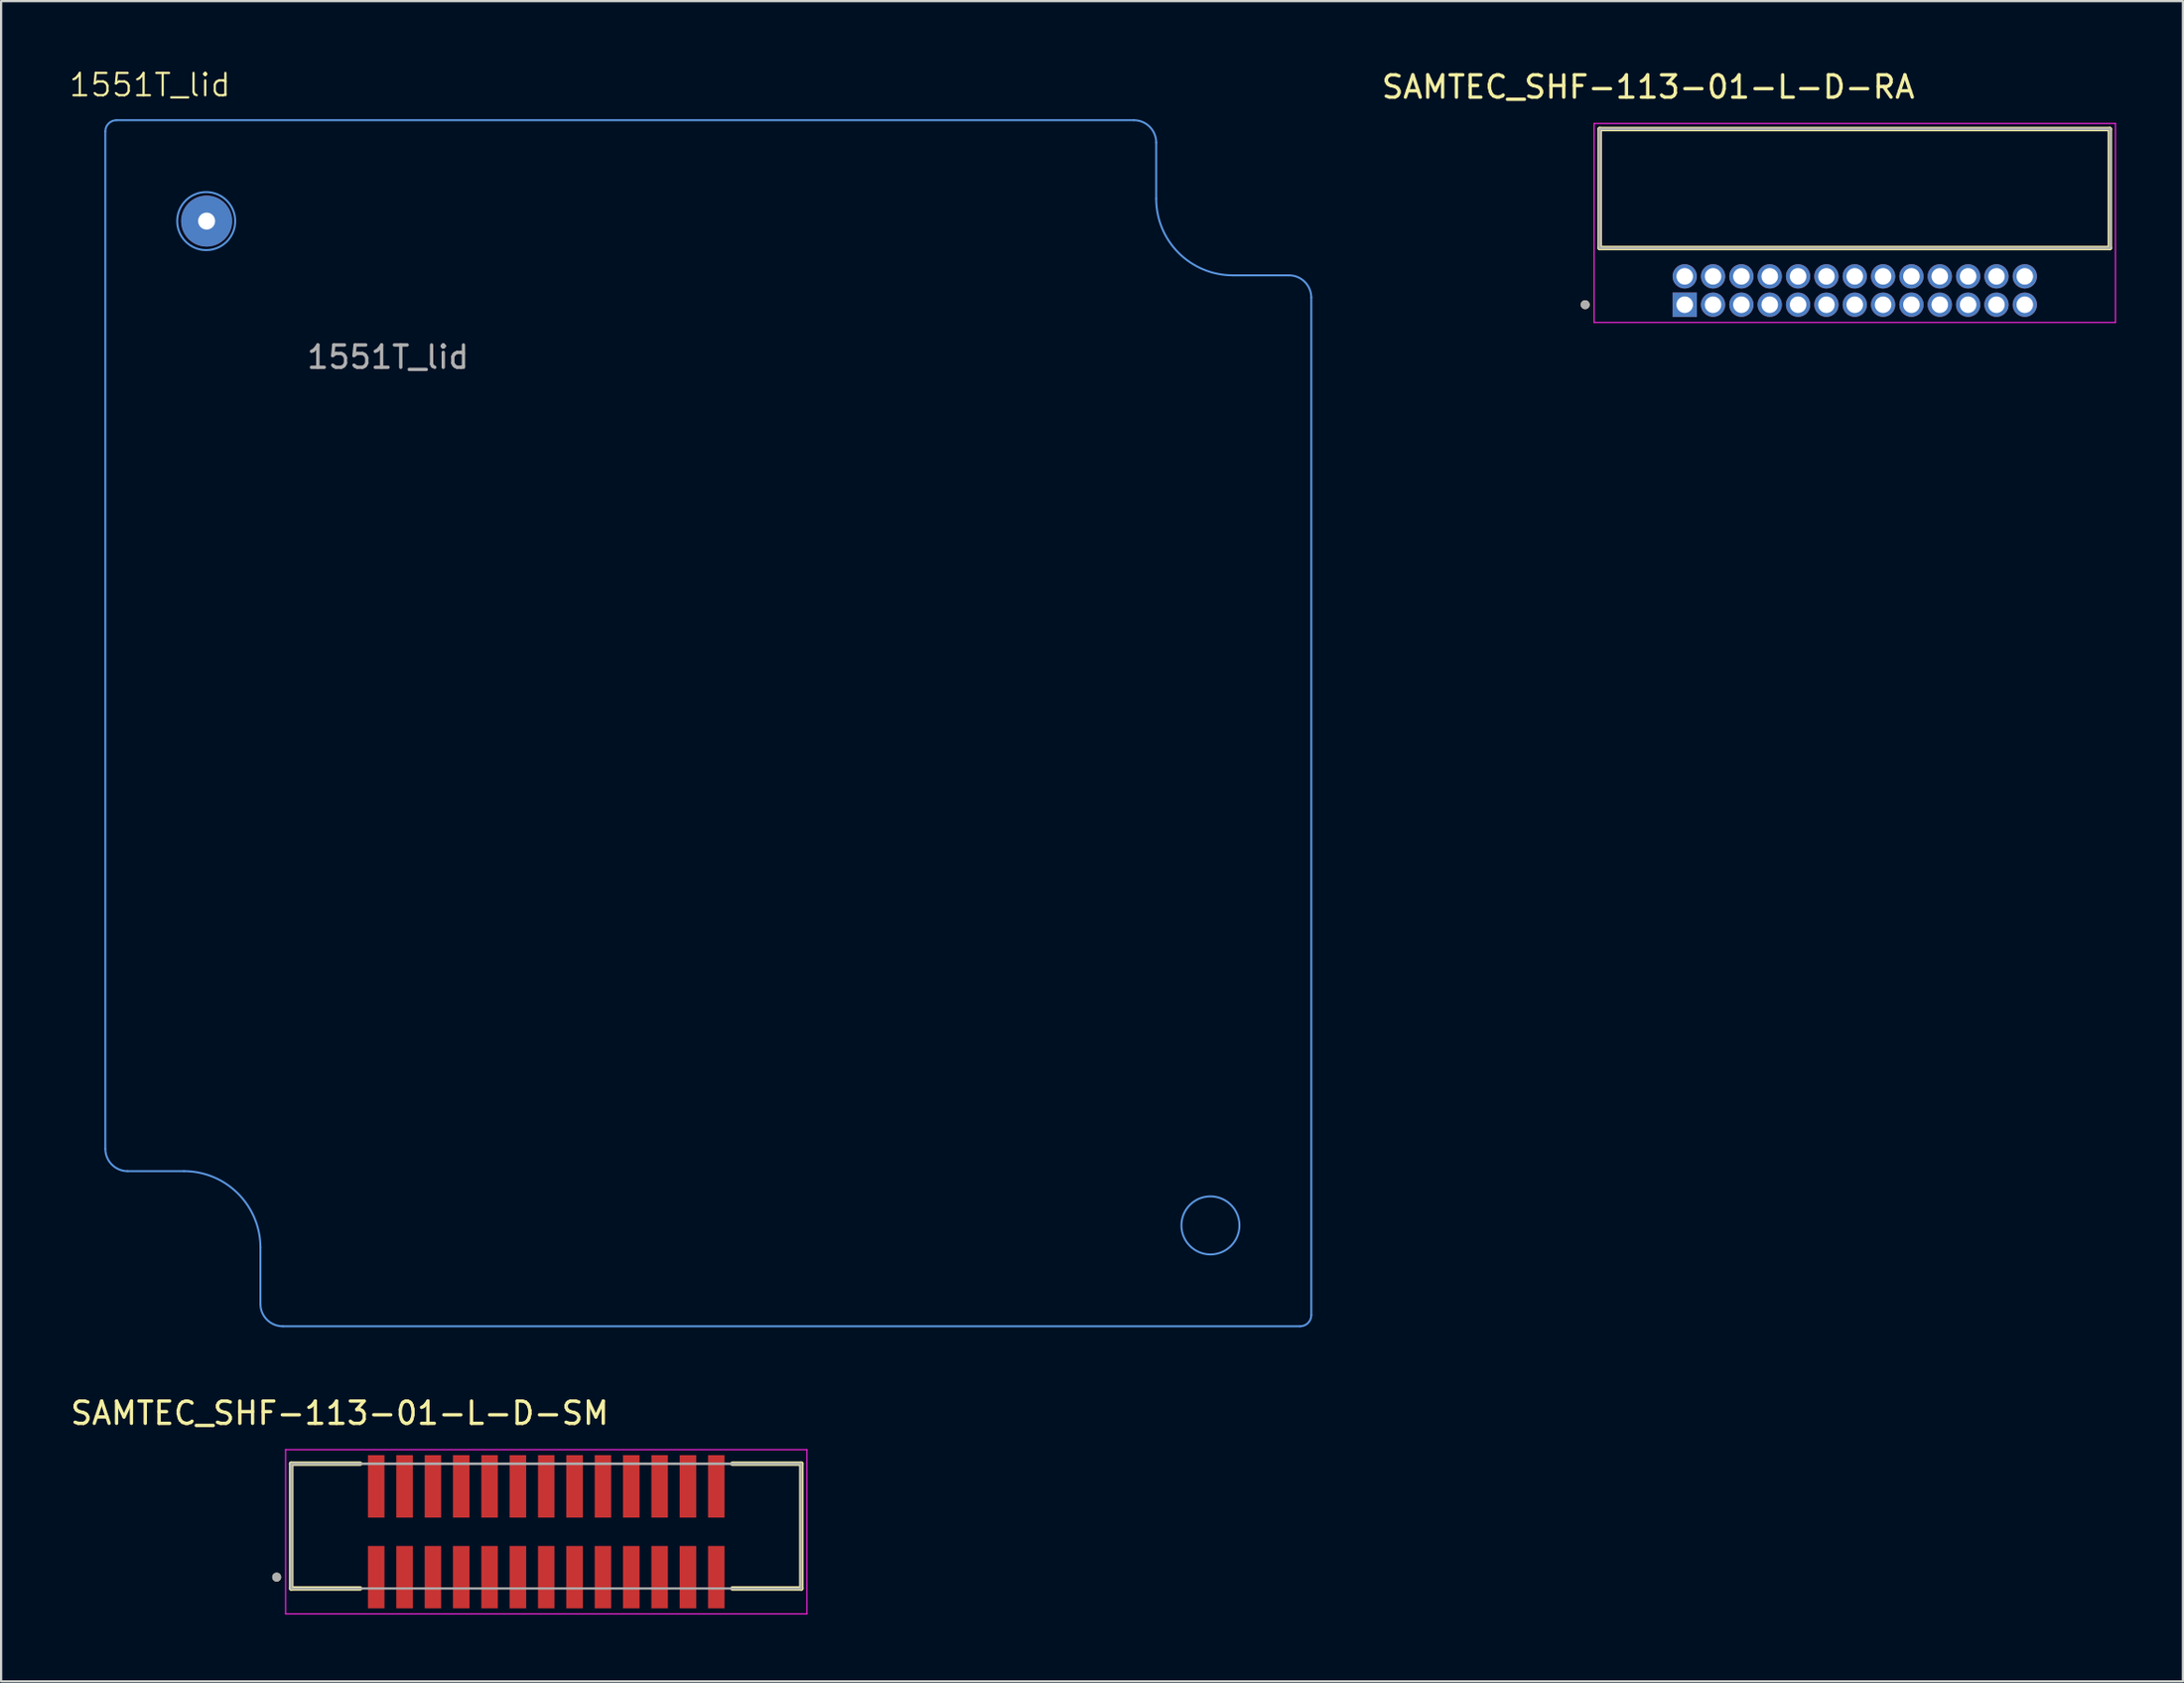
<source format=kicad_pcb>
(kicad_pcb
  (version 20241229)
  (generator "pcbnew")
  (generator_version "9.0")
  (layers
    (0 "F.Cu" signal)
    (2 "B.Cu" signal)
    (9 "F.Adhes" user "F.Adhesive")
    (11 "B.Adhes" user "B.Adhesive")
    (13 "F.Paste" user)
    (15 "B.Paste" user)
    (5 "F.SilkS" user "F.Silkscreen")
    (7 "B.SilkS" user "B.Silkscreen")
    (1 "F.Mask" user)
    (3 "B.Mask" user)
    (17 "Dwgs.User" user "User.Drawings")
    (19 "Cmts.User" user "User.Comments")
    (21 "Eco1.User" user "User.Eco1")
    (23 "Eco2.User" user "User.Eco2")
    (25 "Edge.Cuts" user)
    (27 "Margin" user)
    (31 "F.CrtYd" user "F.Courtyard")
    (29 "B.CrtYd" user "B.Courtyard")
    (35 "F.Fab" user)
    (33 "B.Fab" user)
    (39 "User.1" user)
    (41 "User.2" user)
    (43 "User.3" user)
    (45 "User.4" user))
  (footprint "1551T_lid"
    (layer "F.Cu")
    (at 6.209 6.856)
    (property "Reference" "1551T_lid" (at -2.54 -6.096 0) (unlocked yes) (layer "F.SilkS") (effects (font (size 1 1) (thickness 0.1))))
    (fp_line (start -4.539 -4.02) (end -4.539 41.57) (stroke (width 0.09) (type default)) (layer "Cmts.User"))
    (fp_line (start -3.539 42.57) (end -1.019 42.57) (stroke (width 0.09) (type default)) (layer "Cmts.User"))
    (fp_line (start 2.411 46) (end 2.411 46) (stroke (width 0.09) (type default)) (layer "Cmts.User"))
    (fp_line (start 2.411 46) (end 2.411 48.525) (stroke (width 0.09) (type default)) (layer "Cmts.User"))
    (fp_line (start 3.411 49.52) (end 49.008 49.52) (stroke (width 0.09) (type default)) (layer "Cmts.User"))
    (fp_line (start 41.551 -4.52) (end -4.039 -4.52) (stroke (width 0.09) (type default)) (layer "Cmts.User"))
    (fp_line (start 42.551 -1.007) (end 42.551 -3.52) (stroke (width 0.09) (type default)) (layer "Cmts.User"))
    (fp_line (start 48.501 2.43) (end 45.981 2.43) (stroke (width 0.09) (type default)) (layer "Cmts.User"))
    (fp_line (start 49.501 49.02) (end 49.501 3.417) (stroke (width 0.09) (type default)) (layer "Cmts.User"))
    (fp_arc (start -4.5386 -4.019778) (mid -4.392147 -4.373296) (end -4.0386 -4.51973) (stroke (width 0.09) (type default)) (layer "Cmts.User"))
    (fp_arc (start -3.5386 42.56982) (mid -4.245705 42.276927) (end -4.5386 41.569822) (stroke (width 0.09) (type default)) (layer "Cmts.User"))
    (fp_arc (start -1.0189 42.56982) (mid 1.406619 43.574503) (end 2.411302 46.000022) (stroke (width 0.09) (type default)) (layer "Cmts.User"))
    (fp_arc (start 3.4113 49.519729) (mid 2.706191 49.228831) (end 2.411309 48.525378) (stroke (width 0.09) (type default)) (layer "Cmts.User"))
    (fp_arc (start 41.551 -4.51973) (mid 42.258073 -4.226851) (end 42.55095 -3.519778) (stroke (width 0.09) (type default)) (layer "Cmts.User"))
    (fp_arc (start 45.9811 2.430179) (mid 43.553164 1.423058) (end 42.55095 -1.006907) (stroke (width 0.09) (type default)) (layer "Cmts.User"))
    (fp_arc (start 48.5009 2.430179) (mid 49.203432 2.718509) (end 49.500859 3.417239) (stroke (width 0.09) (type default)) (layer "Cmts.User"))
    (fp_arc (start 49.500859 49.019622) (mid 49.356917 49.370718) (end 49.007941 49.519729) (stroke (width 0.09) (type default)) (layer "Cmts.User"))
    (fp_circle (center -0.019 0) (end 1.281 0) (stroke (width 0.09) (type default)) (fill no) (layer "Cmts.User"))
    (fp_circle (center 44.981 45) (end 46.281 45) (stroke (width 0.09) (type default)) (fill no) (layer "Cmts.User"))
    (fp_text user "${REFERENCE}" (at 8.128 6.096 0) (unlocked yes) (layer "F.Fab") (effects (font (size 1 1) (thickness 0.15))))
    (pad "1" thru_hole circle (at 0 0) (size 2.286 2.286) (drill 0.762) (layers "*.Cu" "*.Mask")))
  (footprint "SAMTEC_SHF-113-01-L-D-SM"
    (layer "F.Cu")
    (at 21.428 65.584)
    (property "Reference" "SAMTEC_SHF-113-01-L-D-SM" (at -9.255 -5.315 0) (layer "F.SilkS") (effects (font (size 1 1) (thickness 0.15))))
    (attr smd)
    (fp_line (start -11.43 -3.05) (end -8.34 -3.05) (stroke (width 0.2) (type solid)) (layer "F.SilkS"))
    (fp_line (start -11.43 2.54) (end -11.43 -3.05) (stroke (width 0.2) (type solid)) (layer "F.SilkS"))
    (fp_line (start -8.34 2.54) (end -11.43 2.54) (stroke (width 0.2) (type solid)) (layer "F.SilkS"))
    (fp_line (start 8.34 -3.05) (end 11.43 -3.05) (stroke (width 0.2) (type solid)) (layer "F.SilkS"))
    (fp_line (start 8.34 2.54) (end 11.43 2.54) (stroke (width 0.2) (type solid)) (layer "F.SilkS"))
    (fp_line (start 11.43 -3.05) (end 11.43 2.54) (stroke (width 0.2) (type solid)) (layer "F.SilkS"))
    (fp_circle (center -12.08 2.033) (end -11.98 2.033) (stroke (width 0.2) (type solid)) (fill no) (layer "F.SilkS"))
    (fp_line (start -11.68 -3.68) (end 11.68 -3.68) (stroke (width 0.05) (type solid)) (layer "F.CrtYd"))
    (fp_line (start -11.68 3.68) (end -11.68 -3.68) (stroke (width 0.05) (type solid)) (layer "F.CrtYd"))
    (fp_line (start 11.68 -3.68) (end 11.68 3.68) (stroke (width 0.05) (type solid)) (layer "F.CrtYd"))
    (fp_line (start 11.68 3.68) (end -11.68 3.68) (stroke (width 0.05) (type solid)) (layer "F.CrtYd"))
    (fp_line (start -11.43 -3.05) (end 11.43 -3.05) (stroke (width 0.1) (type solid)) (layer "F.Fab"))
    (fp_line (start -11.43 -3.05) (end 11.43 -3.05) (stroke (width 0.1) (type solid)) (layer "F.Fab"))
    (fp_line (start -11.43 2.54) (end -11.43 -3.05) (stroke (width 0.1) (type solid)) (layer "F.Fab"))
    (fp_line (start -11.43 2.54) (end -11.43 -3.05) (stroke (width 0.1) (type solid)) (layer "F.Fab"))
    (fp_line (start 11.43 -3.05) (end 11.43 2.54) (stroke (width 0.1) (type solid)) (layer "F.Fab"))
    (fp_line (start 11.43 -3.05) (end 11.43 2.54) (stroke (width 0.1) (type solid)) (layer "F.Fab"))
    (fp_line (start 11.43 2.54) (end -11.43 2.54) (stroke (width 0.1) (type solid)) (layer "F.Fab"))
    (fp_circle (center -12.08 2.033) (end -11.98 2.033) (stroke (width 0.2) (type solid)) (fill no) (layer "F.Fab"))
    (pad "01" smd rect (at -7.62 2.033) (size 0.74 2.795) (layers "F.Cu" "F.Mask" "F.Paste"))
    (pad "02" smd rect (at -7.62 -2.033) (size 0.74 2.795) (layers "F.Cu" "F.Mask" "F.Paste"))
    (pad "03" smd rect (at -6.35 2.033) (size 0.74 2.795) (layers "F.Cu" "F.Mask" "F.Paste"))
    (pad "04" smd rect (at -6.35 -2.033) (size 0.74 2.795) (layers "F.Cu" "F.Mask" "F.Paste"))
    (pad "05" smd rect (at -5.08 2.033) (size 0.74 2.795) (layers "F.Cu" "F.Mask" "F.Paste"))
    (pad "06" smd rect (at -5.08 -2.033) (size 0.74 2.795) (layers "F.Cu" "F.Mask" "F.Paste"))
    (pad "07" smd rect (at -3.81 2.033) (size 0.74 2.795) (layers "F.Cu" "F.Mask" "F.Paste"))
    (pad "08" smd rect (at -3.81 -2.033) (size 0.74 2.795) (layers "F.Cu" "F.Mask" "F.Paste"))
    (pad "09" smd rect (at -2.54 2.033) (size 0.74 2.795) (layers "F.Cu" "F.Mask" "F.Paste"))
    (pad "10" smd rect (at -2.54 -2.033) (size 0.74 2.795) (layers "F.Cu" "F.Mask" "F.Paste"))
    (pad "11" smd rect (at -1.27 2.033) (size 0.74 2.795) (layers "F.Cu" "F.Mask" "F.Paste"))
    (pad "12" smd rect (at -1.27 -2.033) (size 0.74 2.795) (layers "F.Cu" "F.Mask" "F.Paste"))
    (pad "13" smd rect (at 0 2.033) (size 0.74 2.795) (layers "F.Cu" "F.Mask" "F.Paste"))
    (pad "14" smd rect (at 0 -2.033) (size 0.74 2.795) (layers "F.Cu" "F.Mask" "F.Paste"))
    (pad "15" smd rect (at 1.27 2.033) (size 0.74 2.795) (layers "F.Cu" "F.Mask" "F.Paste"))
    (pad "16" smd rect (at 1.27 -2.033) (size 0.74 2.795) (layers "F.Cu" "F.Mask" "F.Paste"))
    (pad "17" smd rect (at 2.54 2.033) (size 0.74 2.795) (layers "F.Cu" "F.Mask" "F.Paste"))
    (pad "18" smd rect (at 2.54 -2.033) (size 0.74 2.795) (layers "F.Cu" "F.Mask" "F.Paste"))
    (pad "19" smd rect (at 3.81 2.033) (size 0.74 2.795) (layers "F.Cu" "F.Mask" "F.Paste"))
    (pad "20" smd rect (at 3.81 -2.033) (size 0.74 2.795) (layers "F.Cu" "F.Mask" "F.Paste"))
    (pad "21" smd rect (at 5.08 2.033) (size 0.74 2.795) (layers "F.Cu" "F.Mask" "F.Paste"))
    (pad "22" smd rect (at 5.08 -2.033) (size 0.74 2.795) (layers "F.Cu" "F.Mask" "F.Paste"))
    (pad "23" smd rect (at 6.35 2.033) (size 0.74 2.795) (layers "F.Cu" "F.Mask" "F.Paste"))
    (pad "24" smd rect (at 6.35 -2.033) (size 0.74 2.795) (layers "F.Cu" "F.Mask" "F.Paste"))
    (pad "25" smd rect (at 7.62 2.033) (size 0.74 2.795) (layers "F.Cu" "F.Mask" "F.Paste"))
    (pad "26" smd rect (at 7.62 -2.033) (size 0.74 2.795) (layers "F.Cu" "F.Mask" "F.Paste")))
  (footprint "SAMTEC_SHF-113-01-L-D-RA"
    (layer "F.Cu")
    (at 80.063 9.968)
    (property "Reference" "SAMTEC_SHF-113-01-L-D-RA" (at -9.255 -9.12 0) (layer "F.SilkS") (effects (font (size 1 1) (thickness 0.15))))
    (attr through_hole)
    (fp_line (start -11.43 -1.905) (end -11.43 -7.235) (stroke (width 0.2) (type solid)) (layer "F.SilkS"))
    (fp_line (start 11.43 -7.235) (end -11.43 -7.235) (stroke (width 0.2) (type solid)) (layer "F.SilkS"))
    (fp_line (start 11.43 -7.235) (end 11.43 -1.905) (stroke (width 0.2) (type solid)) (layer "F.SilkS"))
    (fp_line (start 11.43 -1.905) (end -11.43 -1.905) (stroke (width 0.2) (type solid)) (layer "F.SilkS"))
    (fp_circle (center -12.08 0.635) (end -11.98 0.635) (stroke (width 0.2) (type solid)) (fill no) (layer "F.SilkS"))
    (fp_line (start -11.68 -7.485) (end 11.68 -7.485) (stroke (width 0.05) (type solid)) (layer "F.CrtYd"))
    (fp_line (start -11.68 1.43) (end -11.68 -7.485) (stroke (width 0.05) (type solid)) (layer "F.CrtYd"))
    (fp_line (start 11.68 -7.485) (end 11.68 1.43) (stroke (width 0.05) (type solid)) (layer "F.CrtYd"))
    (fp_line (start 11.68 1.43) (end -11.68 1.43) (stroke (width 0.05) (type solid)) (layer "F.CrtYd"))
    (fp_line (start -11.43 -7.235) (end 11.43 -7.235) (stroke (width 0.1) (type solid)) (layer "F.Fab"))
    (fp_line (start -11.43 -7.235) (end 11.43 -7.235) (stroke (width 0.1) (type solid)) (layer "F.Fab"))
    (fp_line (start -11.43 -1.905) (end -11.43 -7.235) (stroke (width 0.1) (type solid)) (layer "F.Fab"))
    (fp_line (start -11.43 -1.905) (end -11.43 -7.235) (stroke (width 0.1) (type solid)) (layer "F.Fab"))
    (fp_line (start 11.43 -7.235) (end 11.43 -1.905) (stroke (width 0.1) (type solid)) (layer "F.Fab"))
    (fp_line (start 11.43 -7.235) (end 11.43 -1.905) (stroke (width 0.1) (type solid)) (layer "F.Fab"))
    (fp_line (start 11.43 -1.905) (end -11.43 -1.905) (stroke (width 0.1) (type solid)) (layer "F.Fab"))
    (fp_circle (center -12.08 0.635) (end -11.98 0.635) (stroke (width 0.2) (type solid)) (fill no) (layer "F.Fab"))
    (pad "01" thru_hole rect (at -7.62 0.635) (size 1.09 1.09) (drill 0.74) (layers "*.Cu" "*.Mask"))
    (pad "02" thru_hole circle (at -7.62 -0.635) (size 1.09 1.09) (drill 0.74) (layers "*.Cu" "*.Mask"))
    (pad "03" thru_hole circle (at -6.35 0.635) (size 1.09 1.09) (drill 0.74) (layers "*.Cu" "*.Mask"))
    (pad "04" thru_hole circle (at -6.35 -0.635) (size 1.09 1.09) (drill 0.74) (layers "*.Cu" "*.Mask"))
    (pad "05" thru_hole circle (at -5.08 0.635) (size 1.09 1.09) (drill 0.74) (layers "*.Cu" "*.Mask"))
    (pad "06" thru_hole circle (at -5.08 -0.635) (size 1.09 1.09) (drill 0.74) (layers "*.Cu" "*.Mask"))
    (pad "07" thru_hole circle (at -3.81 0.635) (size 1.09 1.09) (drill 0.74) (layers "*.Cu" "*.Mask"))
    (pad "08" thru_hole circle (at -3.81 -0.635) (size 1.09 1.09) (drill 0.74) (layers "*.Cu" "*.Mask"))
    (pad "09" thru_hole circle (at -2.54 0.635) (size 1.09 1.09) (drill 0.74) (layers "*.Cu" "*.Mask"))
    (pad "10" thru_hole circle (at -2.54 -0.635) (size 1.09 1.09) (drill 0.74) (layers "*.Cu" "*.Mask"))
    (pad "11" thru_hole circle (at -1.27 0.635) (size 1.09 1.09) (drill 0.74) (layers "*.Cu" "*.Mask"))
    (pad "12" thru_hole circle (at -1.27 -0.635) (size 1.09 1.09) (drill 0.74) (layers "*.Cu" "*.Mask"))
    (pad "13" thru_hole circle (at 0 0.635) (size 1.09 1.09) (drill 0.74) (layers "*.Cu" "*.Mask"))
    (pad "14" thru_hole circle (at 0 -0.635) (size 1.09 1.09) (drill 0.74) (layers "*.Cu" "*.Mask"))
    (pad "15" thru_hole circle (at 1.27 0.635) (size 1.09 1.09) (drill 0.74) (layers "*.Cu" "*.Mask"))
    (pad "16" thru_hole circle (at 1.27 -0.635) (size 1.09 1.09) (drill 0.74) (layers "*.Cu" "*.Mask"))
    (pad "17" thru_hole circle (at 2.54 0.635) (size 1.09 1.09) (drill 0.74) (layers "*.Cu" "*.Mask"))
    (pad "18" thru_hole circle (at 2.54 -0.635) (size 1.09 1.09) (drill 0.74) (layers "*.Cu" "*.Mask"))
    (pad "19" thru_hole circle (at 3.81 0.635) (size 1.09 1.09) (drill 0.74) (layers "*.Cu" "*.Mask"))
    (pad "20" thru_hole circle (at 3.81 -0.635) (size 1.09 1.09) (drill 0.74) (layers "*.Cu" "*.Mask"))
    (pad "21" thru_hole circle (at 5.08 0.635) (size 1.09 1.09) (drill 0.74) (layers "*.Cu" "*.Mask"))
    (pad "22" thru_hole circle (at 5.08 -0.635) (size 1.09 1.09) (drill 0.74) (layers "*.Cu" "*.Mask"))
    (pad "23" thru_hole circle (at 6.35 0.635) (size 1.09 1.09) (drill 0.74) (layers "*.Cu" "*.Mask"))
    (pad "24" thru_hole circle (at 6.35 -0.635) (size 1.09 1.09) (drill 0.74) (layers "*.Cu" "*.Mask"))
    (pad "25" thru_hole circle (at 7.62 0.635) (size 1.09 1.09) (drill 0.74) (layers "*.Cu" "*.Mask"))
    (pad "26" thru_hole circle (at 7.62 -0.635) (size 1.09 1.09) (drill 0.74) (layers "*.Cu" "*.Mask")))
  (gr_rect
    (start -3 -3)
    (end 94.768 72.289)
    (stroke (width 0.1) (type default))
    (fill no)
    (layer "Edge.Cuts")))
</source>
